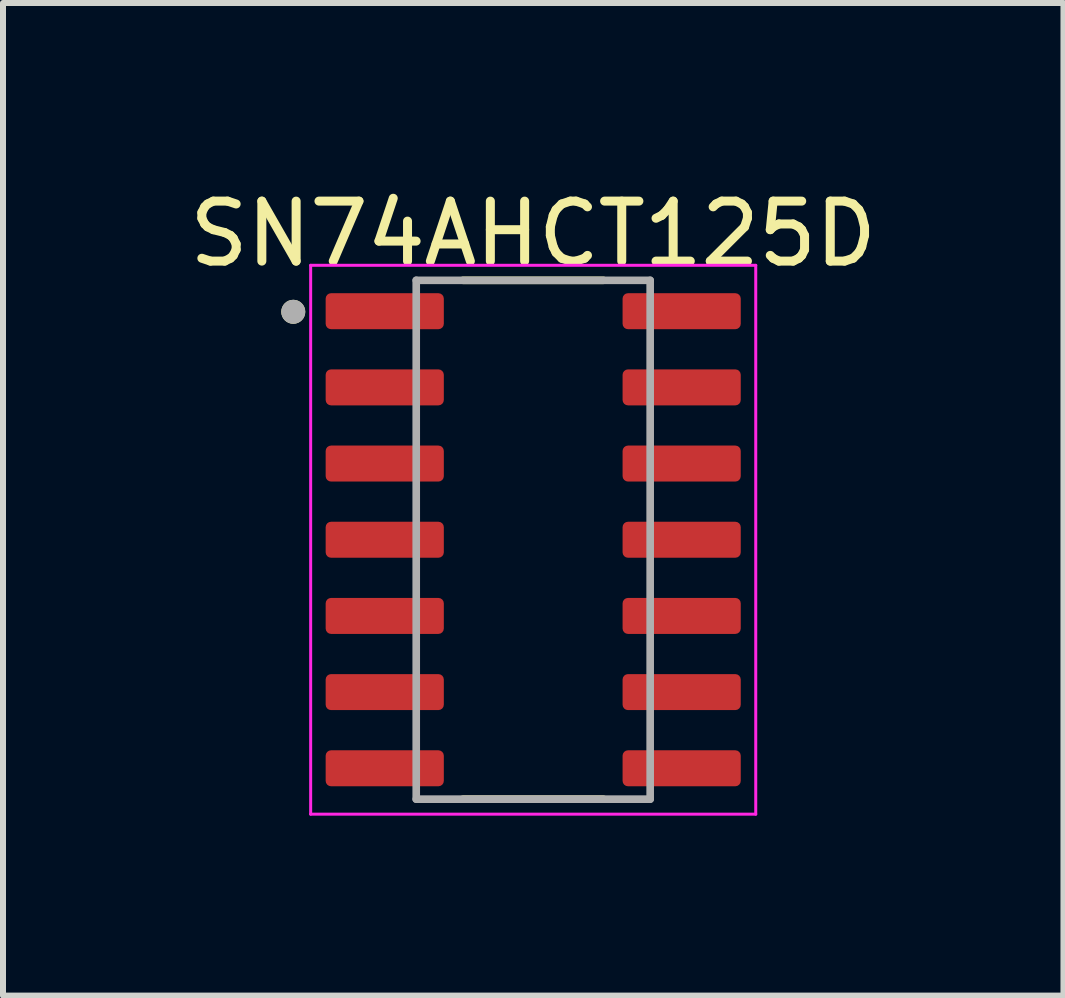
<source format=kicad_pcb>
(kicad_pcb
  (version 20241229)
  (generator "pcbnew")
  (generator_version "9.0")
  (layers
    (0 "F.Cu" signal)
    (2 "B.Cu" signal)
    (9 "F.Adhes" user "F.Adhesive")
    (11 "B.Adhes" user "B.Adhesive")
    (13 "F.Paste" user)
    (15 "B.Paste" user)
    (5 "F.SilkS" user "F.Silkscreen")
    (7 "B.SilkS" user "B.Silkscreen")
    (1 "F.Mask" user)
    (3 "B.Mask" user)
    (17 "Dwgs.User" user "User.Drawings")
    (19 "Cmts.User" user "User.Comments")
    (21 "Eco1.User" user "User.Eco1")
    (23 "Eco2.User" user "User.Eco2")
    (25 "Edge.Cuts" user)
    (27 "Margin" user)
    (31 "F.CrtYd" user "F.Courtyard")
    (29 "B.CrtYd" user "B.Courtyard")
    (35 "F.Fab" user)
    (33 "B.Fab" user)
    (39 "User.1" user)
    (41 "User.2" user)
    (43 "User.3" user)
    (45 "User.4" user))
  (footprint "SN74AHCT125D"
    (layer "F.Cu")
    (at 5.839 5.948)
    (property "Reference" "SN74AHCT125D" (at 0 -5.1 0) (layer "F.SilkS") (effects (font (size 1 1) (thickness 0.15))))
    (attr through_hole)
    (fp_line (start -1.17 -4.325) (end 1.17 -4.325) (stroke (width 0.127) (type solid)) (layer "F.SilkS"))
    (fp_line (start -1.17 4.325) (end 1.17 4.325) (stroke (width 0.127) (type solid)) (layer "F.SilkS"))
    (fp_circle (center -4 -3.8) (end -3.9 -3.8) (stroke (width 0.2) (type solid)) (fill no) (layer "F.SilkS"))
    (fp_line (start -3.71 -4.575) (end 3.71 -4.575) (stroke (width 0.05) (type solid)) (layer "F.CrtYd"))
    (fp_line (start -3.71 4.575) (end -3.71 -4.575) (stroke (width 0.05) (type solid)) (layer "F.CrtYd"))
    (fp_line (start 3.71 -4.575) (end 3.71 4.575) (stroke (width 0.05) (type solid)) (layer "F.CrtYd"))
    (fp_line (start 3.71 4.575) (end -3.71 4.575) (stroke (width 0.05) (type solid)) (layer "F.CrtYd"))
    (fp_line (start -1.95 -4.325) (end 1.95 -4.325) (stroke (width 0.127) (type solid)) (layer "F.Fab"))
    (fp_line (start -1.95 4.325) (end -1.95 -4.325) (stroke (width 0.127) (type solid)) (layer "F.Fab"))
    (fp_line (start 1.95 -4.325) (end 1.95 4.325) (stroke (width 0.127) (type solid)) (layer "F.Fab"))
    (fp_line (start 1.95 4.325) (end -1.95 4.325) (stroke (width 0.127) (type solid)) (layer "F.Fab"))
    (fp_circle (center -4 -3.8) (end -3.9 -3.8) (stroke (width 0.2) (type solid)) (fill no) (layer "F.Fab"))
    (pad "1" smd roundrect (at -2.475 -3.81) (size 1.97 0.6) (layers "F.Cu" "F.Mask" "F.Paste") (roundrect_rratio 0.15))
    (pad "2" smd roundrect (at -2.475 -2.54) (size 1.97 0.6) (layers "F.Cu" "F.Mask" "F.Paste") (roundrect_rratio 0.15))
    (pad "3" smd roundrect (at -2.475 -1.27) (size 1.97 0.6) (layers "F.Cu" "F.Mask" "F.Paste") (roundrect_rratio 0.15))
    (pad "4" smd roundrect (at -2.475 0) (size 1.97 0.6) (layers "F.Cu" "F.Mask" "F.Paste") (roundrect_rratio 0.15))
    (pad "5" smd roundrect (at -2.475 1.27) (size 1.97 0.6) (layers "F.Cu" "F.Mask" "F.Paste") (roundrect_rratio 0.15))
    (pad "6" smd roundrect (at -2.475 2.54) (size 1.97 0.6) (layers "F.Cu" "F.Mask" "F.Paste") (roundrect_rratio 0.15))
    (pad "7" smd roundrect (at -2.475 3.81) (size 1.97 0.6) (layers "F.Cu" "F.Mask" "F.Paste") (roundrect_rratio 0.15))
    (pad "8" smd roundrect (at 2.475 3.81) (size 1.97 0.6) (layers "F.Cu" "F.Mask" "F.Paste") (roundrect_rratio 0.15))
    (pad "9" smd roundrect (at 2.475 2.54) (size 1.97 0.6) (layers "F.Cu" "F.Mask" "F.Paste") (roundrect_rratio 0.15))
    (pad "10" smd roundrect (at 2.475 1.27) (size 1.97 0.6) (layers "F.Cu" "F.Mask" "F.Paste") (roundrect_rratio 0.15))
    (pad "11" smd roundrect (at 2.475 0) (size 1.97 0.6) (layers "F.Cu" "F.Mask" "F.Paste") (roundrect_rratio 0.15))
    (pad "12" smd roundrect (at 2.475 -1.27) (size 1.97 0.6) (layers "F.Cu" "F.Mask" "F.Paste") (roundrect_rratio 0.15))
    (pad "13" smd roundrect (at 2.475 -2.54) (size 1.97 0.6) (layers "F.Cu" "F.Mask" "F.Paste") (roundrect_rratio 0.15))
    (pad "14" smd roundrect (at 2.475 -3.81) (size 1.97 0.6) (layers "F.Cu" "F.Mask" "F.Paste") (roundrect_rratio 0.15)))
  (gr_rect
    (start -3 -3)
    (end 14.679 13.548)
    (stroke (width 0.1) (type default))
    (fill no)
    (layer "Edge.Cuts")))
</source>
